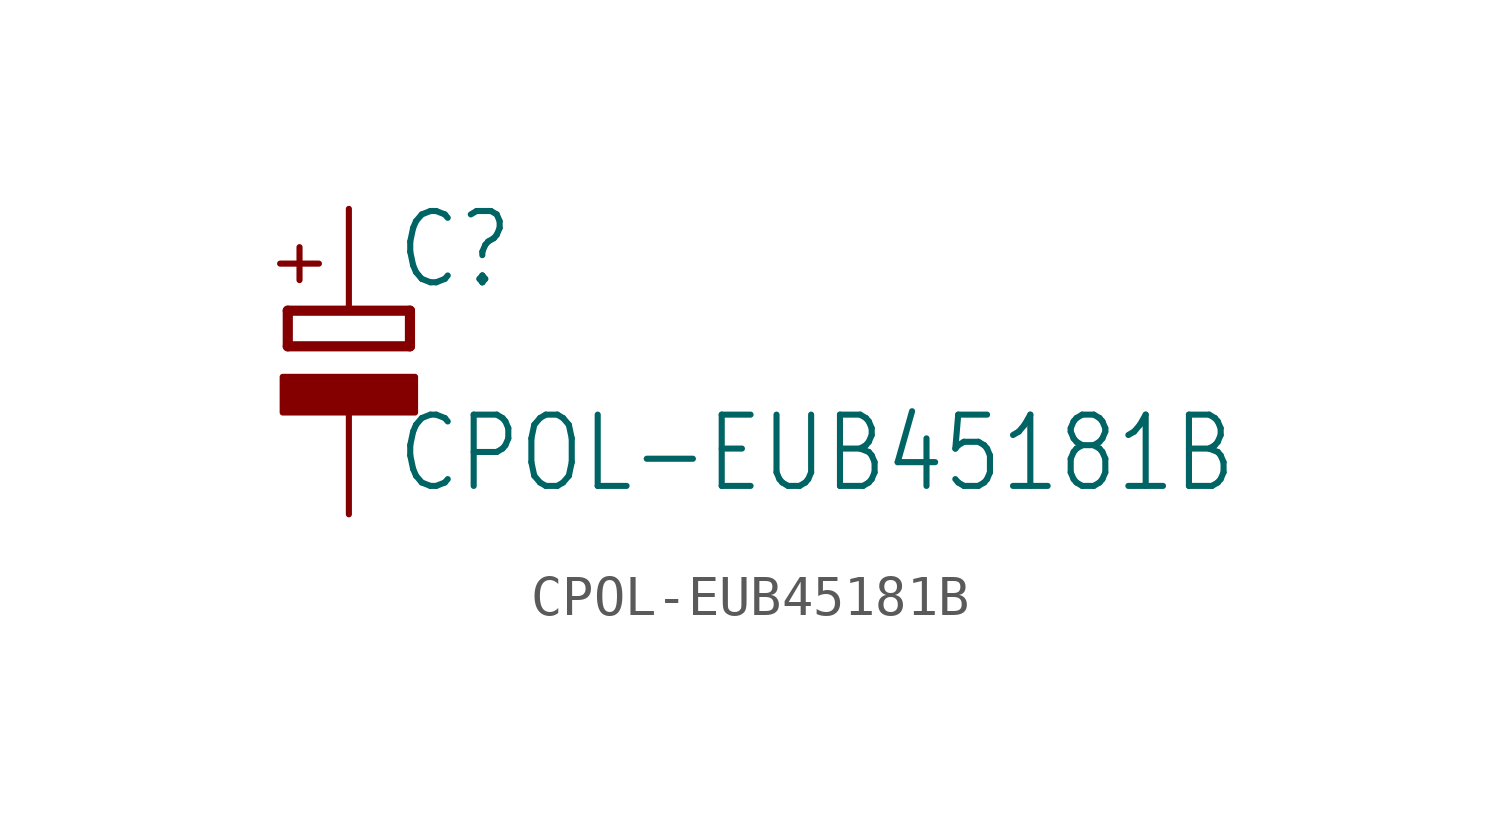
<source format=kicad_sym>
(kicad_symbol_lib
  (version 20210619)
  (generator kicad_symbol_editor)
  (symbol "CPOL-EUB45181B"
    (property "Reference" "C"
      (at 1.143 0.483 0)
      (effects (font (size 1.778 1.511)) (justify left bottom)))
    (property "Value" "CPOL-EUB45181B"
      (at 1.143 -4.597 0)
      (effects (font (size 1.778 1.511)) (justify left bottom)))
    (property "ki_locked" ""
      (at 0 0 0)
      (effects (font (size 1.27 1.27))))
    (symbol "CPOL-EUB45181B_1_0"
      (text "+" (at -0.584 0.406 900) (effects (font (size 1.27 1.079)) (justify left bottom)))
      (rectangle (start -1.651 -2.54) (end 1.651 -1.651) (stroke (width 0)) (fill (type outline)))
      (polyline (pts (xy -1.524 -0.889) (xy 1.524 -0.889)) (stroke (width 0.254)) (fill (type none)))
      (polyline (pts (xy -1.524 0) (xy -1.524 -0.889)) (stroke (width 0.254)) (fill (type none)))
      (polyline (pts (xy -1.524 0) (xy 1.524 0)) (stroke (width 0.254)) (fill (type none)))
      (polyline (pts (xy 1.524 -0.889) (xy 1.524 0)) (stroke (width 0.254)) (fill (type none)))
      (pin passive line (at 0 2.54 270) (length 2.54) (name "+" (effects (font (size 0 0)))) (number "+" (effects (font (size 0 0)))))
      (pin passive line (at 0 -5.08 90) (length 2.54) (name "-" (effects (font (size 0 0)))) (number "-" (effects (font (size 0 0))))))))
</source>
